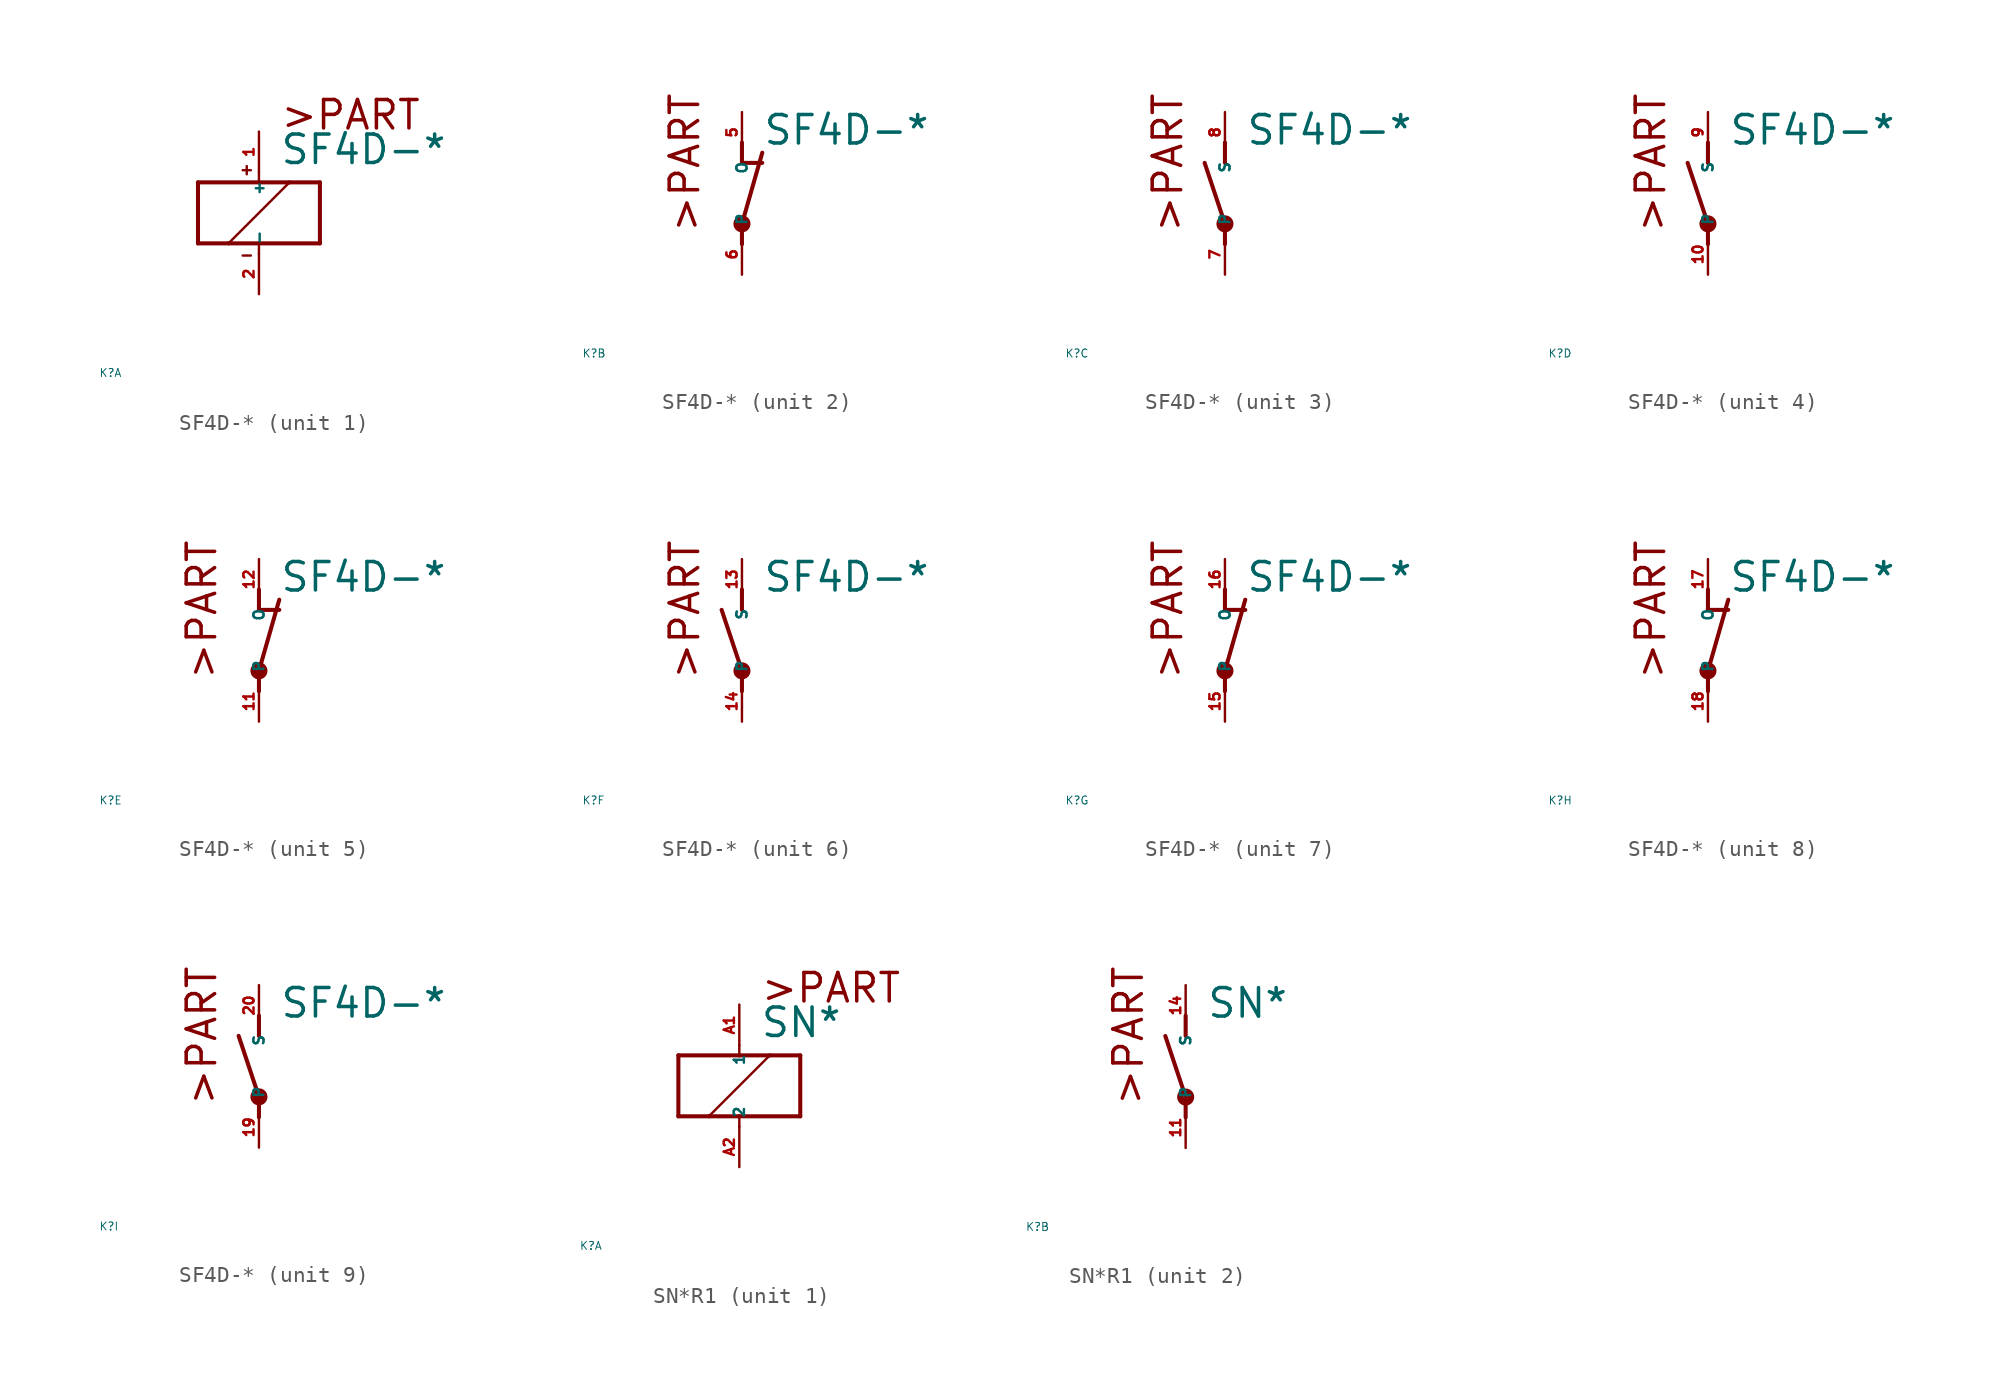
<source format=kicad_sym>
(kicad_symbol_lib
  (version 20220914)
  (generator Eagle2Kicad)
  (symbol "SF4D-*"
    (property "Reference" "K"
      (at -10 -10 0)
      (effects (font (size 0.5 0.5) (thickness 0.06)) (justify left)))
    (property "Value" "SF4D-*"
      (at 1.27 2.921 0)
      (effects (font (size 1.778 1.778) (thickness 0.22)) (justify left bottom)))
    (symbol "SF4D-*_1_0"
      (polyline (pts (xy -3.81 -1.905) (xy -1.905 -1.905)) (stroke (width 0.254) (type default)) (fill (type none)))
      (polyline (pts (xy 3.81 -1.905) (xy 3.81 1.905)) (stroke (width 0.254) (type default)) (fill (type none)))
      (polyline (pts (xy 3.81 1.905) (xy 1.905 1.905)) (stroke (width 0.254) (type default)) (fill (type none)))
      (polyline (pts (xy -3.81 1.905) (xy -3.81 -1.905)) (stroke (width 0.254) (type default)) (fill (type none)))
      (polyline (pts (xy 0 -2.54) (xy 0 -1.905)) (stroke (width 0.152) (type default)) (fill (type none)))
      (polyline (pts (xy 0 -1.905) (xy 3.81 -1.905)) (stroke (width 0.254) (type default)) (fill (type none)))
      (polyline (pts (xy 0 2.54) (xy 0 1.905)) (stroke (width 0.152) (type default)) (fill (type none)))
      (polyline (pts (xy 0 1.905) (xy -3.81 1.905)) (stroke (width 0.254) (type default)) (fill (type none)))
      (polyline (pts (xy -1.905 -1.905) (xy 1.905 1.905)) (stroke (width 0.152) (type default)) (fill (type none)))
      (polyline (pts (xy -1.905 -1.905) (xy 0 -1.905)) (stroke (width 0.254) (type default)) (fill (type none)))
      (polyline (pts (xy 1.905 1.905) (xy 0 1.905)) (stroke (width 0.254) (type default)) (fill (type none)))
      (polyline (pts (xy -1.016 2.667) (xy -0.508 2.667)) (stroke (width 0.152) (type default)) (fill (type none)))
      (polyline (pts (xy -0.762 2.921) (xy -0.762 2.413)) (stroke (width 0.152) (type default)) (fill (type none)))
      (polyline (pts (xy -1.016 -2.667) (xy -0.508 -2.667)) (stroke (width 0.152) (type default)) (fill (type none)))
      (text ">PART" (at 1.27 5.08 0) (effects (font (size 1.778 1.778) (thickness 0.22)) (justify left bottom)))
      (pin passive line (at 0 -5.08 90) (length 2.54) (name "-" (effects (font (size 0.635 0.635) (thickness 0.08)) (justify left bottom))) (number "2" (effects (font (size 0.635 0.635) (thickness 0.08)) (justify left bottom))))
      (pin passive line (at 0 5.08 270) (length 2.54) (name "+" (effects (font (size 0.635 0.635) (thickness 0.08)) (justify left bottom))) (number "1" (effects (font (size 0.635 0.635) (thickness 0.08)) (justify left bottom)))))
    (symbol "SF4D-*_2_0"
      (polyline (pts (xy 0 -1.905) (xy 1.27 2.54)) (stroke (width 0.254) (type default)) (fill (type none)))
      (polyline (pts (xy 1.27 1.905) (xy 0 1.905)) (stroke (width 0.254) (type default)) (fill (type none)))
      (polyline (pts (xy 0 1.905) (xy 0 3.175)) (stroke (width 0.254) (type default)) (fill (type none)))
      (polyline (pts (xy 0 -3.175) (xy 0 -1.905)) (stroke (width 0.254) (type default)) (fill (type none)))
      (text ">PART" (at -2.54 -2.54 900) (effects (font (size 1.778 1.778) (thickness 0.22)) (justify left bottom)))
      (circle (center 0 -1.905) (radius 0.127) (stroke (width 0.406) (type default)) (fill (type none)))
      (pin passive line (at 0 -5.08 90) (length 2.54) (name "P" (effects (font (size 0.635 0.635) (thickness 0.08)) (justify left bottom))) (number "6" (effects (font (size 0.635 0.635) (thickness 0.08)) (justify left bottom))))
      (pin passive line (at 0 5.08 270) (length 2.54) (name "O" (effects (font (size 0.635 0.635) (thickness 0.08)) (justify left bottom))) (number "5" (effects (font (size 0.635 0.635) (thickness 0.08)) (justify left bottom)))))
    (symbol "SF4D-*_3_0"
      (polyline (pts (xy 0 3.175) (xy 0 1.905)) (stroke (width 0.254) (type default)) (fill (type none)))
      (polyline (pts (xy 0 -3.175) (xy 0 -1.905)) (stroke (width 0.254) (type default)) (fill (type none)))
      (polyline (pts (xy 0 -1.905) (xy -1.27 1.905)) (stroke (width 0.254) (type default)) (fill (type none)))
      (text ">PART" (at -2.54 -2.54 900) (effects (font (size 1.778 1.778) (thickness 0.22)) (justify left bottom)))
      (circle (center 0 -1.905) (radius 0.127) (stroke (width 0.406) (type default)) (fill (type none)))
      (pin passive line (at 0 -5.08 90) (length 2.54) (name "P" (effects (font (size 0.635 0.635) (thickness 0.08)) (justify left bottom))) (number "7" (effects (font (size 0.635 0.635) (thickness 0.08)) (justify left bottom))))
      (pin passive line (at 0 5.08 270) (length 2.54) (name "S" (effects (font (size 0.635 0.635) (thickness 0.08)) (justify left bottom))) (number "8" (effects (font (size 0.635 0.635) (thickness 0.08)) (justify left bottom)))))
    (symbol "SF4D-*_4_0"
      (polyline (pts (xy 0 3.175) (xy 0 1.905)) (stroke (width 0.254) (type default)) (fill (type none)))
      (polyline (pts (xy 0 -3.175) (xy 0 -1.905)) (stroke (width 0.254) (type default)) (fill (type none)))
      (polyline (pts (xy 0 -1.905) (xy -1.27 1.905)) (stroke (width 0.254) (type default)) (fill (type none)))
      (text ">PART" (at -2.54 -2.54 900) (effects (font (size 1.778 1.778) (thickness 0.22)) (justify left bottom)))
      (circle (center 0 -1.905) (radius 0.127) (stroke (width 0.406) (type default)) (fill (type none)))
      (pin passive line (at 0 -5.08 90) (length 2.54) (name "P" (effects (font (size 0.635 0.635) (thickness 0.08)) (justify left bottom))) (number "10" (effects (font (size 0.635 0.635) (thickness 0.08)) (justify left bottom))))
      (pin passive line (at 0 5.08 270) (length 2.54) (name "S" (effects (font (size 0.635 0.635) (thickness 0.08)) (justify left bottom))) (number "9" (effects (font (size 0.635 0.635) (thickness 0.08)) (justify left bottom)))))
    (symbol "SF4D-*_5_0"
      (polyline (pts (xy 0 -1.905) (xy 1.27 2.54)) (stroke (width 0.254) (type default)) (fill (type none)))
      (polyline (pts (xy 1.27 1.905) (xy 0 1.905)) (stroke (width 0.254) (type default)) (fill (type none)))
      (polyline (pts (xy 0 1.905) (xy 0 3.175)) (stroke (width 0.254) (type default)) (fill (type none)))
      (polyline (pts (xy 0 -3.175) (xy 0 -1.905)) (stroke (width 0.254) (type default)) (fill (type none)))
      (text ">PART" (at -2.54 -2.54 900) (effects (font (size 1.778 1.778) (thickness 0.22)) (justify left bottom)))
      (circle (center 0 -1.905) (radius 0.127) (stroke (width 0.406) (type default)) (fill (type none)))
      (pin passive line (at 0 -5.08 90) (length 2.54) (name "P" (effects (font (size 0.635 0.635) (thickness 0.08)) (justify left bottom))) (number "11" (effects (font (size 0.635 0.635) (thickness 0.08)) (justify left bottom))))
      (pin passive line (at 0 5.08 270) (length 2.54) (name "O" (effects (font (size 0.635 0.635) (thickness 0.08)) (justify left bottom))) (number "12" (effects (font (size 0.635 0.635) (thickness 0.08)) (justify left bottom)))))
    (symbol "SF4D-*_6_0"
      (polyline (pts (xy 0 3.175) (xy 0 1.905)) (stroke (width 0.254) (type default)) (fill (type none)))
      (polyline (pts (xy 0 -3.175) (xy 0 -1.905)) (stroke (width 0.254) (type default)) (fill (type none)))
      (polyline (pts (xy 0 -1.905) (xy -1.27 1.905)) (stroke (width 0.254) (type default)) (fill (type none)))
      (text ">PART" (at -2.54 -2.54 900) (effects (font (size 1.778 1.778) (thickness 0.22)) (justify left bottom)))
      (circle (center 0 -1.905) (radius 0.127) (stroke (width 0.406) (type default)) (fill (type none)))
      (pin passive line (at 0 -5.08 90) (length 2.54) (name "P" (effects (font (size 0.635 0.635) (thickness 0.08)) (justify left bottom))) (number "14" (effects (font (size 0.635 0.635) (thickness 0.08)) (justify left bottom))))
      (pin passive line (at 0 5.08 270) (length 2.54) (name "S" (effects (font (size 0.635 0.635) (thickness 0.08)) (justify left bottom))) (number "13" (effects (font (size 0.635 0.635) (thickness 0.08)) (justify left bottom)))))
    (symbol "SF4D-*_7_0"
      (polyline (pts (xy 0 -1.905) (xy 1.27 2.54)) (stroke (width 0.254) (type default)) (fill (type none)))
      (polyline (pts (xy 1.27 1.905) (xy 0 1.905)) (stroke (width 0.254) (type default)) (fill (type none)))
      (polyline (pts (xy 0 1.905) (xy 0 3.175)) (stroke (width 0.254) (type default)) (fill (type none)))
      (polyline (pts (xy 0 -3.175) (xy 0 -1.905)) (stroke (width 0.254) (type default)) (fill (type none)))
      (text ">PART" (at -2.54 -2.54 900) (effects (font (size 1.778 1.778) (thickness 0.22)) (justify left bottom)))
      (circle (center 0 -1.905) (radius 0.127) (stroke (width 0.406) (type default)) (fill (type none)))
      (pin passive line (at 0 -5.08 90) (length 2.54) (name "P" (effects (font (size 0.635 0.635) (thickness 0.08)) (justify left bottom))) (number "15" (effects (font (size 0.635 0.635) (thickness 0.08)) (justify left bottom))))
      (pin passive line (at 0 5.08 270) (length 2.54) (name "O" (effects (font (size 0.635 0.635) (thickness 0.08)) (justify left bottom))) (number "16" (effects (font (size 0.635 0.635) (thickness 0.08)) (justify left bottom)))))
    (symbol "SF4D-*_8_0"
      (polyline (pts (xy 0 -1.905) (xy 1.27 2.54)) (stroke (width 0.254) (type default)) (fill (type none)))
      (polyline (pts (xy 1.27 1.905) (xy 0 1.905)) (stroke (width 0.254) (type default)) (fill (type none)))
      (polyline (pts (xy 0 1.905) (xy 0 3.175)) (stroke (width 0.254) (type default)) (fill (type none)))
      (polyline (pts (xy 0 -3.175) (xy 0 -1.905)) (stroke (width 0.254) (type default)) (fill (type none)))
      (text ">PART" (at -2.54 -2.54 900) (effects (font (size 1.778 1.778) (thickness 0.22)) (justify left bottom)))
      (circle (center 0 -1.905) (radius 0.127) (stroke (width 0.406) (type default)) (fill (type none)))
      (pin passive line (at 0 -5.08 90) (length 2.54) (name "P" (effects (font (size 0.635 0.635) (thickness 0.08)) (justify left bottom))) (number "18" (effects (font (size 0.635 0.635) (thickness 0.08)) (justify left bottom))))
      (pin passive line (at 0 5.08 270) (length 2.54) (name "O" (effects (font (size 0.635 0.635) (thickness 0.08)) (justify left bottom))) (number "17" (effects (font (size 0.635 0.635) (thickness 0.08)) (justify left bottom)))))
    (symbol "SF4D-*_9_0"
      (polyline (pts (xy 0 3.175) (xy 0 1.905)) (stroke (width 0.254) (type default)) (fill (type none)))
      (polyline (pts (xy 0 -3.175) (xy 0 -1.905)) (stroke (width 0.254) (type default)) (fill (type none)))
      (polyline (pts (xy 0 -1.905) (xy -1.27 1.905)) (stroke (width 0.254) (type default)) (fill (type none)))
      (text ">PART" (at -2.54 -2.54 900) (effects (font (size 1.778 1.778) (thickness 0.22)) (justify left bottom)))
      (circle (center 0 -1.905) (radius 0.127) (stroke (width 0.406) (type default)) (fill (type none)))
      (pin passive line (at 0 -5.08 90) (length 2.54) (name "P" (effects (font (size 0.635 0.635) (thickness 0.08)) (justify left bottom))) (number "19" (effects (font (size 0.635 0.635) (thickness 0.08)) (justify left bottom))))
      (pin passive line (at 0 5.08 270) (length 2.54) (name "S" (effects (font (size 0.635 0.635) (thickness 0.08)) (justify left bottom))) (number "20" (effects (font (size 0.635 0.635) (thickness 0.08)) (justify left bottom))))))
  (symbol "SN*R1"
    (property "Reference" "K"
      (at -10 -10 0)
      (effects (font (size 0.5 0.5) (thickness 0.06)) (justify left)))
    (property "Value" "SN*"
      (at 1.27 2.921 0)
      (effects (font (size 1.778 1.778) (thickness 0.22)) (justify left bottom)))
    (symbol "SN*R1_1_0"
      (polyline (pts (xy -3.81 -1.905) (xy -1.905 -1.905)) (stroke (width 0.254) (type default)) (fill (type none)))
      (polyline (pts (xy 3.81 -1.905) (xy 3.81 1.905)) (stroke (width 0.254) (type default)) (fill (type none)))
      (polyline (pts (xy 3.81 1.905) (xy 1.905 1.905)) (stroke (width 0.254) (type default)) (fill (type none)))
      (polyline (pts (xy -3.81 1.905) (xy -3.81 -1.905)) (stroke (width 0.254) (type default)) (fill (type none)))
      (polyline (pts (xy 0 -2.54) (xy 0 -1.905)) (stroke (width 0.152) (type default)) (fill (type none)))
      (polyline (pts (xy 0 -1.905) (xy 3.81 -1.905)) (stroke (width 0.254) (type default)) (fill (type none)))
      (polyline (pts (xy 0 2.54) (xy 0 1.905)) (stroke (width 0.152) (type default)) (fill (type none)))
      (polyline (pts (xy 0 1.905) (xy -3.81 1.905)) (stroke (width 0.254) (type default)) (fill (type none)))
      (polyline (pts (xy -1.905 -1.905) (xy 1.905 1.905)) (stroke (width 0.152) (type default)) (fill (type none)))
      (polyline (pts (xy -1.905 -1.905) (xy 0 -1.905)) (stroke (width 0.254) (type default)) (fill (type none)))
      (polyline (pts (xy 1.905 1.905) (xy 0 1.905)) (stroke (width 0.254) (type default)) (fill (type none)))
      (text ">PART" (at 1.27 5.08 0) (effects (font (size 1.778 1.778) (thickness 0.22)) (justify left bottom)))
      (pin passive line (at 0 -5.08 90) (length 2.54) (name "2" (effects (font (size 0.635 0.635) (thickness 0.08)) (justify left bottom))) (number "A2" (effects (font (size 0.635 0.635) (thickness 0.08)) (justify left bottom))))
      (pin passive line (at 0 5.08 270) (length 2.54) (name "1" (effects (font (size 0.635 0.635) (thickness 0.08)) (justify left bottom))) (number "A1" (effects (font (size 0.635 0.635) (thickness 0.08)) (justify left bottom)))))
    (symbol "SN*R1_2_0"
      (polyline (pts (xy 0 3.175) (xy 0 1.905)) (stroke (width 0.254) (type default)) (fill (type none)))
      (polyline (pts (xy 0 -3.175) (xy 0 -1.905)) (stroke (width 0.254) (type default)) (fill (type none)))
      (polyline (pts (xy 0 -1.905) (xy -1.27 1.905)) (stroke (width 0.254) (type default)) (fill (type none)))
      (text ">PART" (at -2.54 -2.54 900) (effects (font (size 1.778 1.778) (thickness 0.22)) (justify left bottom)))
      (circle (center 0 -1.905) (radius 0.127) (stroke (width 0.406) (type default)) (fill (type none)))
      (pin passive line (at 0 -5.08 90) (length 2.54) (name "P" (effects (font (size 0.635 0.635) (thickness 0.08)) (justify left bottom))) (number "11" (effects (font (size 0.635 0.635) (thickness 0.08)) (justify left bottom))))
      (pin passive line (at 0 5.08 270) (length 2.54) (name "S" (effects (font (size 0.635 0.635) (thickness 0.08)) (justify left bottom))) (number "14" (effects (font (size 0.635 0.635) (thickness 0.08)) (justify left bottom)))))))
</source>
